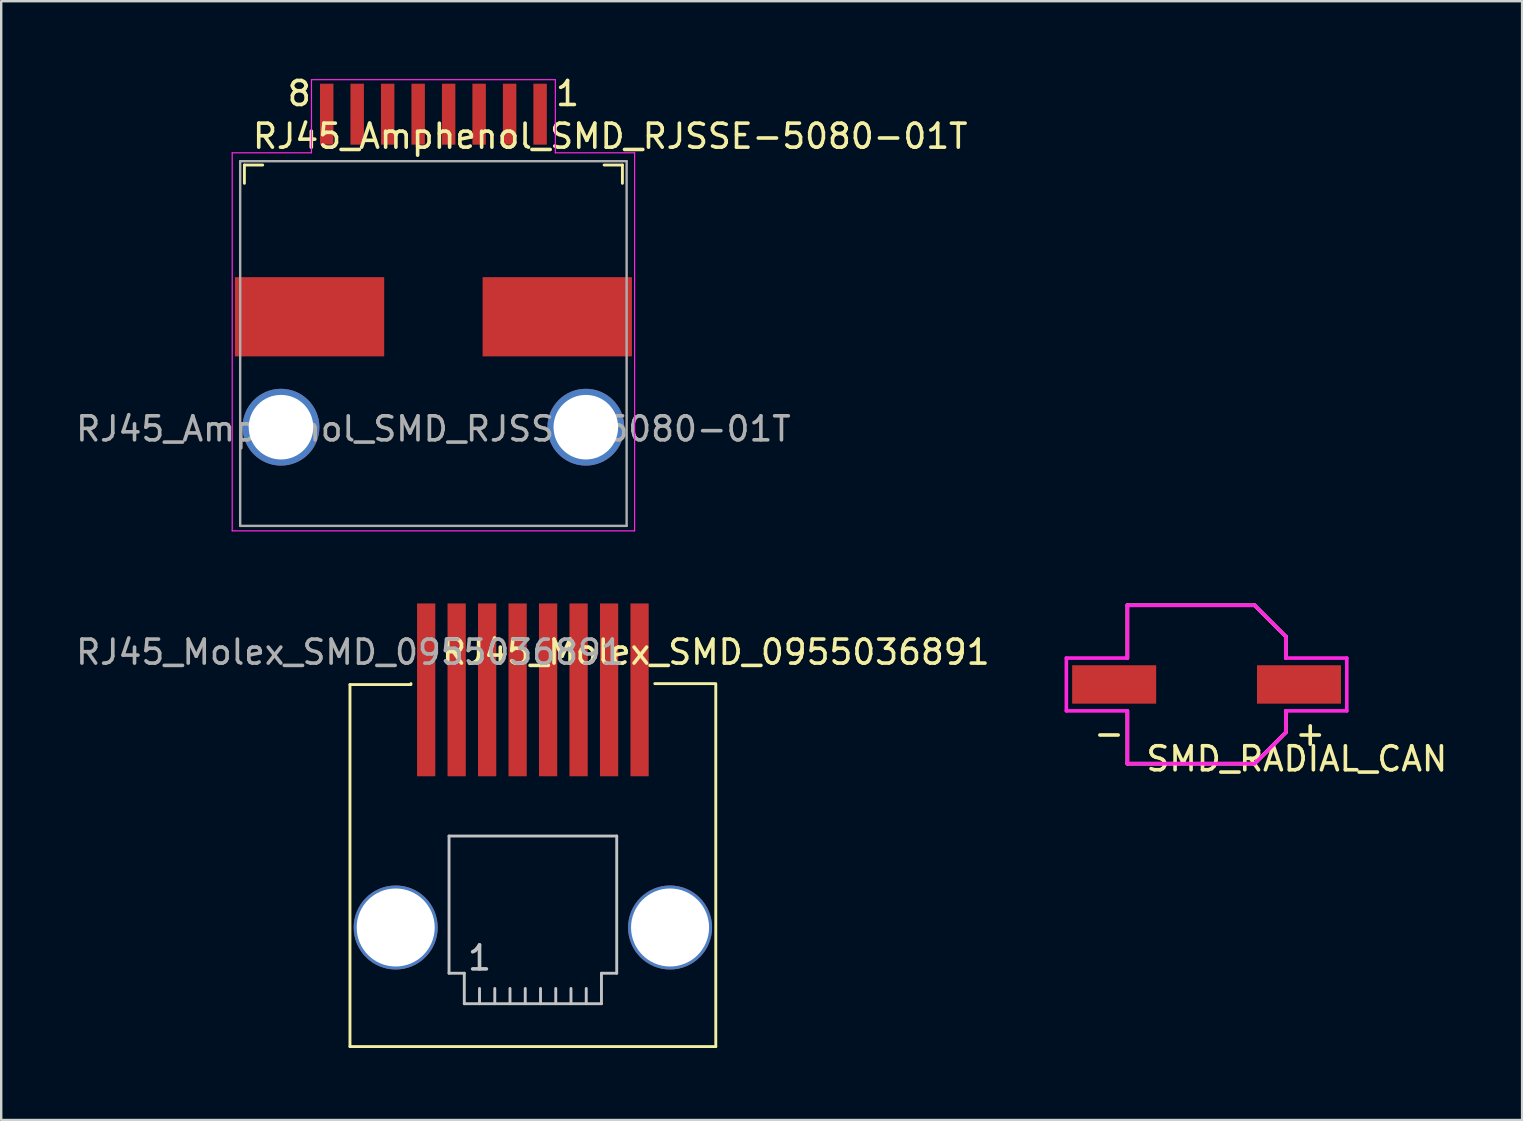
<source format=kicad_pcb>
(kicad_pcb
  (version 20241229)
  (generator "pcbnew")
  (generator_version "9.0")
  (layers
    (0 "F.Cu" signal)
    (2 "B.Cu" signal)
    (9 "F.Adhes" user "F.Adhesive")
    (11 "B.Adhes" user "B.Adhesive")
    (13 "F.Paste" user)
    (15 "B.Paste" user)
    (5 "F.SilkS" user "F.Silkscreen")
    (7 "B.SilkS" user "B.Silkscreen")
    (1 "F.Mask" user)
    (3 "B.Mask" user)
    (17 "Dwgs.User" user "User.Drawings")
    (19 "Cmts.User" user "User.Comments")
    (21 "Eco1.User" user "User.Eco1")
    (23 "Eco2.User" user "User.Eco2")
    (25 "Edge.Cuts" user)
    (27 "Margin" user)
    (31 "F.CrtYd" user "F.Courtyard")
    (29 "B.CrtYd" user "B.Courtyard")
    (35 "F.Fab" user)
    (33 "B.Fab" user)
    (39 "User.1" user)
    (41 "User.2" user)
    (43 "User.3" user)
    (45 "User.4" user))
  (footprint "RJ45_Molex_SMD_0955036891"
    (layer "F.Cu")
    (at 19.15 33.01)
    (property "Reference" "RJ45_Molex_SMD_0955036891" (at 7.62 -8.89 0) (unlocked yes) (layer "F.SilkS") (effects (font (size 1 1) (thickness 0.15))))
    (attr smd)
    (fp_line (start -7.62 -7.54) (end -7.62 7.54) (stroke (width 0.12) (type solid)) (layer "F.SilkS"))
    (fp_line (start -7.62 -7.54) (end -5.08 -7.54) (stroke (width 0.12) (type solid)) (layer "F.SilkS"))
    (fp_line (start -5.08 -7.58) (end -5.08 -7.58) (stroke (width 0.12) (type solid)) (layer "F.SilkS"))
    (fp_line (start 7.62 -7.58) (end 5.08 -7.58) (stroke (width 0.12) (type solid)) (layer "F.SilkS"))
    (fp_line (start 7.62 7.54) (end -7.62 7.54) (stroke (width 0.12) (type solid)) (layer "F.SilkS"))
    (fp_line (start 7.62 7.54) (end 7.62 -7.54) (stroke (width 0.12) (type solid)) (layer "F.SilkS"))
    (fp_line (start -3.493 -1.23) (end 3.493 -1.23) (stroke (width 0.12) (type solid)) (layer "Dwgs.User"))
    (fp_line (start -3.493 4.485) (end -3.493 -1.23) (stroke (width 0.12) (type solid)) (layer "Dwgs.User"))
    (fp_line (start -2.857 4.485) (end -3.493 4.485) (stroke (width 0.12) (type solid)) (layer "Dwgs.User"))
    (fp_line (start -2.857 4.485) (end -2.857 5.755) (stroke (width 0.12) (type solid)) (layer "Dwgs.User"))
    (fp_line (start -2.857 5.755) (end 2.857 5.755) (stroke (width 0.12) (type solid)) (layer "Dwgs.User"))
    (fp_line (start -2.223 5.755) (end -2.223 5.12) (stroke (width 0.12) (type solid)) (layer "Dwgs.User"))
    (fp_line (start -1.587 5.755) (end -1.587 5.12) (stroke (width 0.12) (type solid)) (layer "Dwgs.User"))
    (fp_line (start -0.953 5.755) (end -0.953 5.12) (stroke (width 0.12) (type solid)) (layer "Dwgs.User"))
    (fp_line (start -0.318 5.755) (end -0.318 5.12) (stroke (width 0.12) (type solid)) (layer "Dwgs.User"))
    (fp_line (start 0.318 5.755) (end 0.318 5.12) (stroke (width 0.12) (type solid)) (layer "Dwgs.User"))
    (fp_line (start 0.953 5.755) (end 0.953 5.12) (stroke (width 0.12) (type solid)) (layer "Dwgs.User"))
    (fp_line (start 1.587 5.755) (end 1.587 5.12) (stroke (width 0.12) (type solid)) (layer "Dwgs.User"))
    (fp_line (start 2.223 5.755) (end 2.223 5.12) (stroke (width 0.12) (type solid)) (layer "Dwgs.User"))
    (fp_line (start 2.857 4.485) (end 2.857 5.755) (stroke (width 0.12) (type solid)) (layer "Dwgs.User"))
    (fp_line (start 3.493 -1.23) (end 3.493 4.485) (stroke (width 0.12) (type solid)) (layer "Dwgs.User"))
    (fp_line (start 3.493 4.485) (end 2.857 4.485) (stroke (width 0.12) (type solid)) (layer "Dwgs.User"))
    (fp_text user "1" (at -2.223 3.85 0) (unlocked yes) (layer "Dwgs.User") (effects (font (size 1 1) (thickness 0.15))))
    (fp_text user "${REFERENCE}" (at -7.62 -8.89 0) (unlocked yes) (layer "F.Fab") (effects (font (size 1 1) (thickness 0.15))))
    (pad "" np_thru_hole circle (at -5.715 2.58) (size 3.5 3.5) (drill 3.25) (layers "*.Cu" "*.Mask"))
    (pad "" np_thru_hole circle (at 5.715 2.58) (size 3.5 3.5) (drill 3.25) (layers "*.Cu" "*.Mask"))
    (pad "1" smd rect (at -4.445 -7.32) (size 0.76 7.2) (layers "F.Cu" "F.Mask" "F.Paste"))
    (pad "2" smd rect (at -3.175 -7.32) (size 0.76 7.2) (layers "F.Cu" "F.Mask" "F.Paste"))
    (pad "3" smd rect (at -1.905 -7.32) (size 0.76 7.2) (layers "F.Cu" "F.Mask" "F.Paste"))
    (pad "4" smd rect (at -0.635 -7.32) (size 0.76 7.2) (layers "F.Cu" "F.Mask" "F.Paste"))
    (pad "5" smd rect (at 0.635 -7.32) (size 0.76 7.2) (layers "F.Cu" "F.Mask" "F.Paste"))
    (pad "6" smd rect (at 1.905 -7.32) (size 0.76 7.2) (layers "F.Cu" "F.Mask" "F.Paste"))
    (pad "7" smd rect (at 3.175 -7.32) (size 0.76 7.2) (layers "F.Cu" "F.Mask" "F.Paste"))
    (pad "8" smd rect (at 4.445 -7.32) (size 0.76 7.2) (layers "F.Cu" "F.Mask" "F.Paste")))
  (footprint "RJ45_Amphenol_SMD_RJSSE-5080-01T"
    (layer "F.Cu")
    (at 15.006 11.262)
    (property "Reference" "RJ45_Amphenol_SMD_RJSSE-5080-01T" (at 7.366 -8.636 0) (unlocked yes) (layer "F.SilkS") (effects (font (size 1 1) (thickness 0.15))))
    (attr smd)
    (fp_line (start -7.874 -7.437) (end -7.874 -6.675) (stroke (width 0.12) (type solid)) (layer "F.SilkS"))
    (fp_line (start -7.874 -7.437) (end -7.112 -7.437) (stroke (width 0.12) (type solid)) (layer "F.SilkS"))
    (fp_line (start 7.874 -7.437) (end 7.112 -7.437) (stroke (width 0.12) (type solid)) (layer "F.SilkS"))
    (fp_line (start 7.874 -7.437) (end 7.874 -6.675) (stroke (width 0.12) (type solid)) (layer "F.SilkS"))
    (fp_line (start -8.382 -7.945) (end -8.382 7.803) (stroke (width 0.05) (type solid)) (layer "F.CrtYd"))
    (fp_line (start -8.382 7.803) (end 8.382 7.803) (stroke (width 0.05) (type solid)) (layer "F.CrtYd"))
    (fp_line (start -5.08 -10.993) (end -5.08 -7.945) (stroke (width 0.05) (type solid)) (layer "F.CrtYd"))
    (fp_line (start -5.08 -7.945) (end -8.382 -7.945) (stroke (width 0.05) (type solid)) (layer "F.CrtYd"))
    (fp_line (start 5.08 -10.993) (end -5.08 -10.993) (stroke (width 0.05) (type solid)) (layer "F.CrtYd"))
    (fp_line (start 5.08 -7.945) (end 5.08 -10.993) (stroke (width 0.05) (type solid)) (layer "F.CrtYd"))
    (fp_line (start 8.382 -7.945) (end 5.08 -7.945) (stroke (width 0.05) (type solid)) (layer "F.CrtYd"))
    (fp_line (start 8.382 7.803) (end 8.382 -7.945) (stroke (width 0.05) (type solid)) (layer "F.CrtYd"))
    (fp_line (start -8.05 -7.595) (end 8.05 -7.595) (stroke (width 0.1) (type solid)) (layer "F.Fab"))
    (fp_line (start -8.05 7.595) (end -8.05 -7.595) (stroke (width 0.1) (type solid)) (layer "F.Fab"))
    (fp_line (start 8.05 7.595) (end -8.05 7.595) (stroke (width 0.1) (type solid)) (layer "F.Fab"))
    (fp_line (start 8.05 7.595) (end 8.05 -7.595) (stroke (width 0.1) (type solid)) (layer "F.Fab"))
    (fp_text user "8" (at -5.588 -10.414 0) (unlocked yes) (layer "F.SilkS") (effects (font (size 1 1) (thickness 0.15))))
    (fp_text user "1" (at 5.588 -10.414 0) (unlocked yes) (layer "F.SilkS") (effects (font (size 1 1) (thickness 0.15))))
    (fp_text user "${REFERENCE}" (at 0 3.556 0) (unlocked yes) (layer "F.Fab") (effects (font (size 1 1) (thickness 0.15))))
    (pad "" np_thru_hole circle (at -6.35 3.485) (size 3.2 3.2) (drill 2.69) (layers "*.Cu" "*.Mask"))
    (pad "" smd rect (at -5.16 -1.115) (size 6.22 3.3) (layers "F.Cu" "F.Mask" "F.Paste"))
    (pad "" smd rect (at 5.16 -1.115) (size 6.22 3.3) (layers "F.Cu" "F.Mask" "F.Paste"))
    (pad "" np_thru_hole circle (at 6.35 3.485) (size 3.2 3.2) (drill 2.69) (layers "*.Cu" "*.Mask"))
    (pad "1" smd rect (at 4.445 -9.555) (size 0.56 2.54) (layers "F.Cu" "F.Mask" "F.Paste"))
    (pad "2" smd rect (at 3.175 -9.555) (size 0.56 2.54) (layers "F.Cu" "F.Mask" "F.Paste"))
    (pad "3" smd rect (at 1.905 -9.555) (size 0.56 2.54) (layers "F.Cu" "F.Mask" "F.Paste"))
    (pad "4" smd rect (at 0.635 -9.555) (size 0.56 2.54) (layers "F.Cu" "F.Mask" "F.Paste"))
    (pad "5" smd rect (at -0.635 -9.555) (size 0.56 2.54) (layers "F.Cu" "F.Mask" "F.Paste"))
    (pad "6" smd rect (at -1.905 -9.555) (size 0.56 2.54) (layers "F.Cu" "F.Mask" "F.Paste"))
    (pad "7" smd rect (at -3.175 -9.555) (size 0.56 2.54) (layers "F.Cu" "F.Mask" "F.Paste"))
    (pad "8" smd rect (at -4.445 -9.555) (size 0.56 2.54) (layers "F.Cu" "F.Mask" "F.Paste")))
  (footprint "SMD_RADIAL_CAN"
    (layer "F.Cu")
    (at 47.217 25.465)
    (property "Reference" "SMD_RADIAL_CAN" (at 3.759 3.099 0) (layer "F.SilkS") (effects (font (size 1 1) (thickness 0.15))))
    (attr smd)
    (fp_line (start -3.3 -3.3) (end -3.3 -1.1) (stroke (width 0.15) (type solid)) (layer "F.SilkS"))
    (fp_line (start -3.3 3.3) (end -3.3 1.1) (stroke (width 0.15) (type solid)) (layer "F.SilkS"))
    (fp_line (start 2 -3.3) (end -3.3 -3.3) (stroke (width 0.15) (type solid)) (layer "F.SilkS"))
    (fp_line (start 2 3.3) (end -3.3 3.3) (stroke (width 0.15) (type solid)) (layer "F.SilkS"))
    (fp_line (start 3.3 -2) (end 2 -3.3) (stroke (width 0.15) (type solid)) (layer "F.SilkS"))
    (fp_line (start 3.3 -2) (end 3.3 -1.1) (stroke (width 0.15) (type solid)) (layer "F.SilkS"))
    (fp_line (start 3.3 1.1) (end 3.3 2) (stroke (width 0.15) (type solid)) (layer "F.SilkS"))
    (fp_line (start 3.3 2) (end 2 3.3) (stroke (width 0.15) (type solid)) (layer "F.SilkS"))
    (fp_line (start -5.842 -1.1) (end -5.842 1.1) (stroke (width 0.15) (type solid)) (layer "F.CrtYd"))
    (fp_line (start -5.842 1.1) (end -3.302 1.1) (stroke (width 0.15) (type solid)) (layer "F.CrtYd"))
    (fp_line (start -3.302 -1.1) (end -5.842 -1.1) (stroke (width 0.15) (type solid)) (layer "F.CrtYd"))
    (fp_line (start -3.3 -3.3) (end -3.3 -1.1) (stroke (width 0.15) (type solid)) (layer "F.CrtYd"))
    (fp_line (start -3.3 -3.3) (end 2 -3.3) (stroke (width 0.15) (type solid)) (layer "F.CrtYd"))
    (fp_line (start -3.3 1.1) (end -3.3 3.3) (stroke (width 0.15) (type solid)) (layer "F.CrtYd"))
    (fp_line (start 2 -3.3) (end 3.3 -2) (stroke (width 0.15) (type solid)) (layer "F.CrtYd"))
    (fp_line (start 2 3.3) (end -3.3 3.3) (stroke (width 0.15) (type solid)) (layer "F.CrtYd"))
    (fp_line (start 3.3 -2) (end 3.3 -1.1) (stroke (width 0.15) (type solid)) (layer "F.CrtYd"))
    (fp_line (start 3.3 2) (end 2 3.3) (stroke (width 0.15) (type solid)) (layer "F.CrtYd"))
    (fp_line (start 3.3 2) (end 3.3 1.1) (stroke (width 0.15) (type solid)) (layer "F.CrtYd"))
    (fp_line (start 3.302 -1.1) (end 5.842 -1.1) (stroke (width 0.15) (type solid)) (layer "F.CrtYd"))
    (fp_line (start 5.842 -1.1) (end 5.842 1.1) (stroke (width 0.15) (type solid)) (layer "F.CrtYd"))
    (fp_line (start 5.842 1.1) (end 3.302 1.1) (stroke (width 0.15) (type solid)) (layer "F.CrtYd"))
    (fp_text user "+" (at 4.318 2.032 0) (layer "F.SilkS") (effects (font (size 1 1) (thickness 0.15))))
    (fp_text user "-" (at -4.064 2.032 0) (layer "F.SilkS") (effects (font (size 1 1) (thickness 0.15))))
    (pad "1" smd rect (at 3.85 0) (size 3.5 1.6) (layers "F.Cu" "F.Mask" "F.Paste"))
    (pad "2" smd rect (at -3.85 0) (size 3.5 1.6) (layers "F.Cu" "F.Mask" "F.Paste")))
  (gr_rect
    (start -3 -3)
    (end 60.362 43.61)
    (stroke (width 0.1) (type default))
    (fill no)
    (layer "Edge.Cuts")))
</source>
